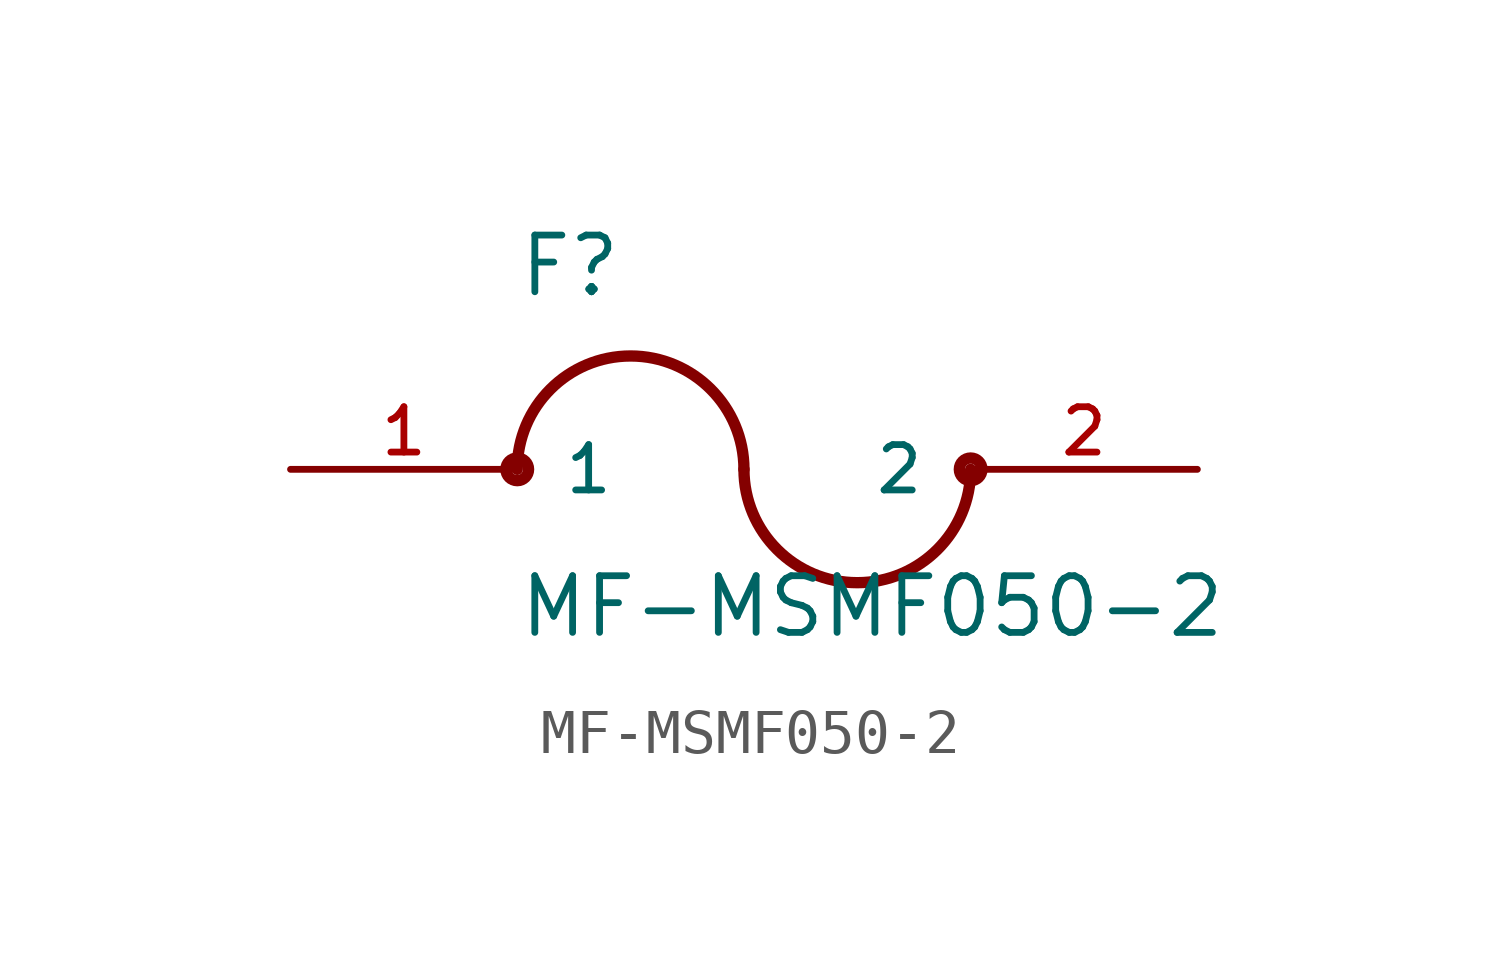
<source format=kicad_sym>
(kicad_symbol_lib
  (version 20211014)
  (generator kicad_symbol_editor)
  (symbol "MF-MSMF050-2"
    (pin_names
      (offset 1.016))
    (property "Reference" "F"
      (at -5.088 3.816 0)
      (effects (font (size 1.27 1.27)) (justify bottom left)))
    (property "Value" "MF-MSMF050-2"
      (at -5.089 -3.817 0)
      (effects (font (size 1.27 1.27)) (justify bottom left)))
    (symbol "MF-MSMF050-2_0_0"
      (arc (start 0.0 0.0) (mid -2.54 2.54) (end -5.08 0.0) (stroke (width 0.254) (type default) (color 0 0 0 0)) (fill (type none)))
      (arc (start 0.0 0.0) (mid 2.54 -2.54) (end 5.08 0.0) (stroke (width 0.254) (type default) (color 0 0 0 0)) (fill (type none)))
      (circle (center -5.08 0.0) (radius 0.254) (stroke (width 0.254)) (fill (type none)))
      (circle (center 5.08 0.0) (radius 0.254) (stroke (width 0.254)) (fill (type none)))
      (pin passive line (at -10.16 0.0 0) (length 5.08) (name "1" (effects (font (size 1.016 1.016)))) (number "1" (effects (font (size 1.016 1.016)))))
      (pin passive line (at 10.16 0.0 180.0) (length 5.08) (name "2" (effects (font (size 1.016 1.016)))) (number "2" (effects (font (size 1.016 1.016))))))))
</source>
